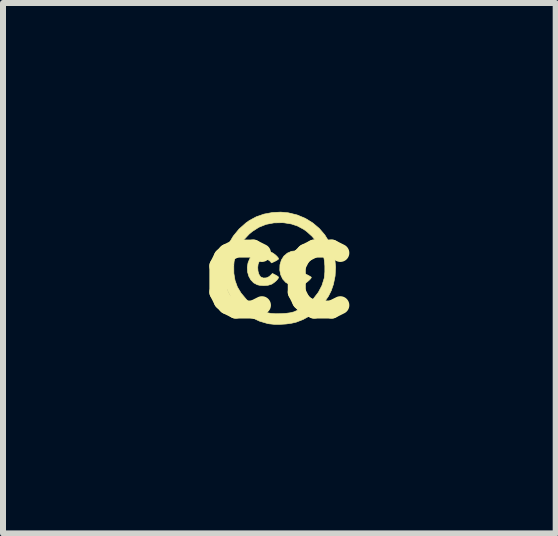
<source format=kicad_pcb>
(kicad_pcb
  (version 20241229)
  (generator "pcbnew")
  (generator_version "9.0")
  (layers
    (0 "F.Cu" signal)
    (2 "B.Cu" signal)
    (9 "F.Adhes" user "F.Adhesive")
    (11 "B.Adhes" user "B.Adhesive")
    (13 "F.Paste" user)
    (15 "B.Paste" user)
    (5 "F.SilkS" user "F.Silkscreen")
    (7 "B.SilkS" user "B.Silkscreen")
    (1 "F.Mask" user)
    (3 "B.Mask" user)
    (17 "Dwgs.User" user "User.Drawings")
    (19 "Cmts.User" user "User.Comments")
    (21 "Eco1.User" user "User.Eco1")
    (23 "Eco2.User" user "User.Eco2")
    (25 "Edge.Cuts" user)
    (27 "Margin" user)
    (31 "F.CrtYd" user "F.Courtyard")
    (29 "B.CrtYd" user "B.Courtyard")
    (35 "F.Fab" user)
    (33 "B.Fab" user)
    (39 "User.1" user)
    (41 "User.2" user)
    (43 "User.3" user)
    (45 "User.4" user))
  (footprint "cc"
    (layer "F.Cu")
    (at 1.604 1.418)
    (property "Reference" "cc" (at 0 0 0) (layer "F.SilkS") (effects (font (size 1.524 1.524) (thickness 0.3))))
    (attr through_hole)
    (fp_poly (pts (xy -0.149 -0.272) (xy -0.112 -0.254) (xy -0.074 -0.228) (xy -0.041 -0.198) (xy -0.018 -0.17) (xy -0.013 -0.154) (xy -0.023 -0.144) (xy -0.05 -0.127) (xy -0.071 -0.116) (xy -0.13 -0.088) (xy -0.159 -0.12) (xy -0.203 -0.152) (xy -0.25 -0.162) (xy -0.295 -0.15) (xy -0.333 -0.116) (xy -0.336 -0.111) (xy -0.354 -0.066) (xy -0.36 -0.011) (xy -0.356 0.048) (xy -0.341 0.1) (xy -0.317 0.139) (xy -0.309 0.147) (xy -0.266 0.164) (xy -0.218 0.162) (xy -0.171 0.141) (xy -0.154 0.126) (xy -0.115 0.088) (xy -0.064 0.114) (xy -0.033 0.132) (xy -0.015 0.147) (xy -0.013 0.152) (xy -0.022 0.174) (xy -0.047 0.204) (xy -0.081 0.234) (xy -0.117 0.26) (xy -0.133 0.268) (xy -0.19 0.285) (xy -0.259 0.29) (xy -0.329 0.285) (xy -0.368 0.276) (xy -0.428 0.244) (xy -0.476 0.194) (xy -0.51 0.132) (xy -0.53 0.061) (xy -0.534 -0.014) (xy -0.522 -0.088) (xy -0.494 -0.157) (xy -0.453 -0.211) (xy -0.386 -0.261) (xy -0.311 -0.287) (xy -0.228 -0.29) (xy -0.149 -0.272)) (stroke (width 0.01) (type solid)) (fill yes) (layer "F.SilkS"))
    (fp_poly (pts (xy 0.317 -0.288) (xy 0.389 -0.271) (xy 0.453 -0.241) (xy 0.501 -0.2) (xy 0.507 -0.191) (xy 0.534 -0.153) (xy 0.471 -0.121) (xy 0.408 -0.089) (xy 0.37 -0.127) (xy 0.325 -0.158) (xy 0.279 -0.164) (xy 0.232 -0.144) (xy 0.22 -0.135) (xy 0.202 -0.116) (xy 0.19 -0.096) (xy 0.184 -0.066) (xy 0.18 -0.018) (xy 0.18 -0.008) (xy 0.178 0.041) (xy 0.18 0.073) (xy 0.187 0.095) (xy 0.201 0.114) (xy 0.214 0.127) (xy 0.26 0.159) (xy 0.309 0.166) (xy 0.357 0.148) (xy 0.383 0.127) (xy 0.42 0.09) (xy 0.477 0.117) (xy 0.509 0.135) (xy 0.53 0.149) (xy 0.533 0.153) (xy 0.524 0.172) (xy 0.499 0.198) (xy 0.465 0.228) (xy 0.429 0.255) (xy 0.396 0.274) (xy 0.383 0.279) (xy 0.309 0.29) (xy 0.232 0.287) (xy 0.173 0.274) (xy 0.107 0.237) (xy 0.056 0.181) (xy 0.022 0.109) (xy 0.007 0.033) (xy 0.01 -0.057) (xy 0.034 -0.136) (xy 0.075 -0.201) (xy 0.132 -0.25) (xy 0.202 -0.281) (xy 0.283 -0.29) (xy 0.317 -0.288)) (stroke (width 0.01) (type solid)) (fill yes) (layer "F.SilkS"))
    (fp_poly (pts (xy 0.147 -0.923) (xy 0.296 -0.887) (xy 0.433 -0.83) (xy 0.556 -0.754) (xy 0.665 -0.662) (xy 0.757 -0.555) (xy 0.831 -0.435) (xy 0.887 -0.304) (xy 0.923 -0.165) (xy 0.937 -0.02) (xy 0.929 0.13) (xy 0.901 0.268) (xy 0.865 0.373) (xy 0.818 0.467) (xy 0.756 0.556) (xy 0.675 0.647) (xy 0.667 0.655) (xy 0.577 0.739) (xy 0.488 0.804) (xy 0.395 0.855) (xy 0.289 0.896) (xy 0.282 0.899) (xy 0.204 0.917) (xy 0.111 0.93) (xy 0.012 0.936) (xy -0.084 0.936) (xy -0.168 0.927) (xy -0.197 0.922) (xy -0.329 0.883) (xy -0.446 0.828) (xy -0.555 0.755) (xy -0.661 0.661) (xy -0.673 0.648) (xy -0.752 0.559) (xy -0.813 0.473) (xy -0.859 0.383) (xy -0.883 0.321) (xy -0.923 0.171) (xy -0.937 0.021) (xy -0.933 -0.048) (xy -0.759 -0.048) (xy -0.758 0.086) (xy -0.738 0.205) (xy -0.699 0.313) (xy -0.638 0.415) (xy -0.555 0.514) (xy -0.535 0.535) (xy -0.446 0.615) (xy -0.358 0.676) (xy -0.266 0.72) (xy -0.195 0.743) (xy -0.137 0.754) (xy -0.061 0.759) (xy 0.022 0.758) (xy 0.106 0.753) (xy 0.182 0.743) (xy 0.242 0.728) (xy 0.247 0.726) (xy 0.367 0.67) (xy 0.476 0.595) (xy 0.571 0.505) (xy 0.65 0.402) (xy 0.709 0.29) (xy 0.746 0.172) (xy 0.75 0.151) (xy 0.758 0.062) (xy 0.758 -0.037) (xy 0.749 -0.134) (xy 0.733 -0.219) (xy 0.73 -0.229) (xy 0.688 -0.332) (xy 0.625 -0.435) (xy 0.546 -0.53) (xy 0.454 -0.613) (xy 0.403 -0.649) (xy 0.304 -0.702) (xy 0.199 -0.737) (xy 0.08 -0.756) (xy 0.051 -0.758) (xy -0.091 -0.755) (xy -0.221 -0.73) (xy -0.341 -0.682) (xy -0.452 -0.611) (xy -0.503 -0.568) (xy -0.601 -0.464) (xy -0.675 -0.354) (xy -0.726 -0.236) (xy -0.754 -0.109) (xy -0.759 -0.048) (xy -0.933 -0.048) (xy -0.929 -0.127) (xy -0.897 -0.271) (xy -0.843 -0.408) (xy -0.767 -0.535) (xy -0.671 -0.652) (xy -0.555 -0.755) (xy -0.5 -0.794) (xy -0.385 -0.856) (xy -0.256 -0.901) (xy -0.118 -0.927) (xy 0.023 -0.934) (xy 0.147 -0.923)) (stroke (width 0.01) (type solid)) (fill yes) (layer "F.SilkS")))
  (gr_rect
    (start -3 -3)
    (end 6.208 5.836)
    (stroke (width 0.1) (type default))
    (fill no)
    (layer "Edge.Cuts")))
</source>
